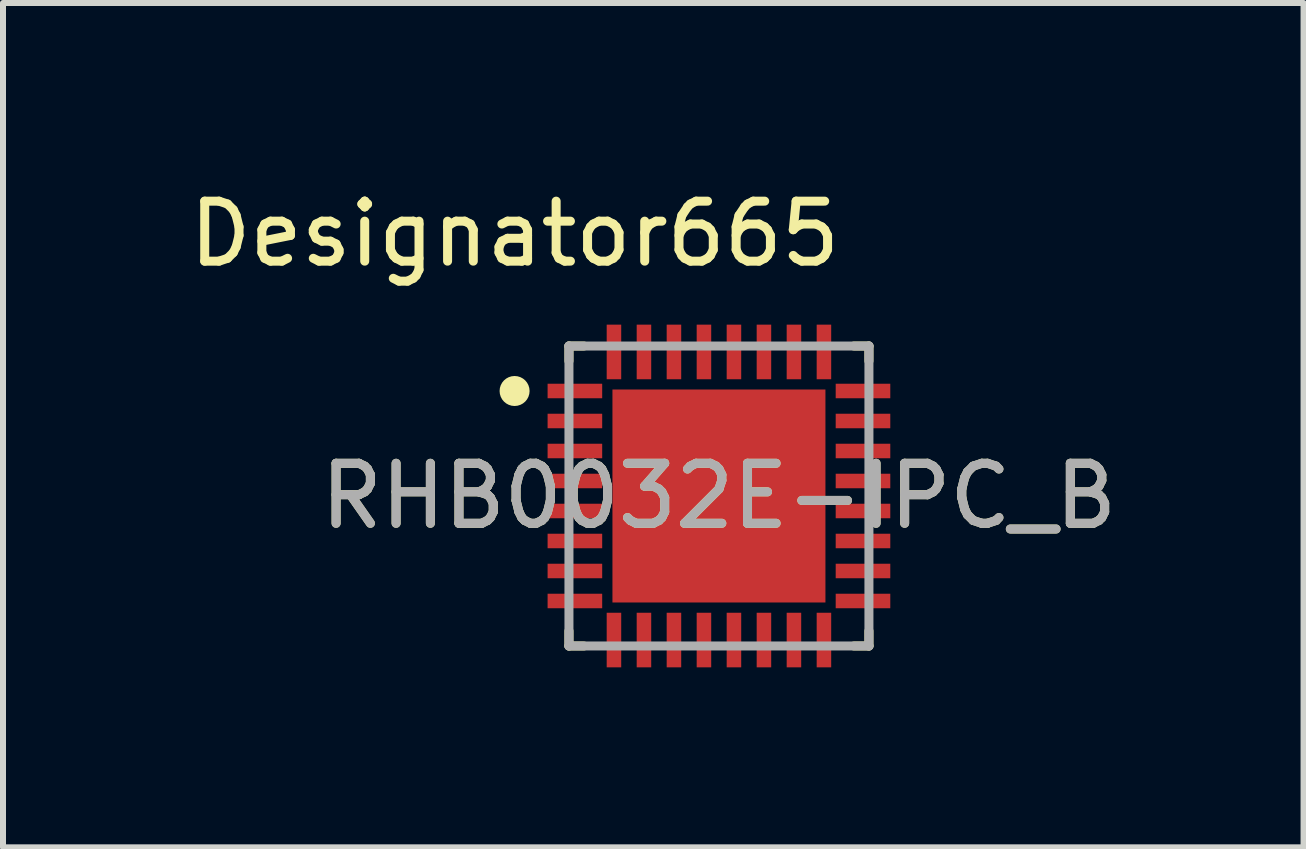
<source format=kicad_pcb>
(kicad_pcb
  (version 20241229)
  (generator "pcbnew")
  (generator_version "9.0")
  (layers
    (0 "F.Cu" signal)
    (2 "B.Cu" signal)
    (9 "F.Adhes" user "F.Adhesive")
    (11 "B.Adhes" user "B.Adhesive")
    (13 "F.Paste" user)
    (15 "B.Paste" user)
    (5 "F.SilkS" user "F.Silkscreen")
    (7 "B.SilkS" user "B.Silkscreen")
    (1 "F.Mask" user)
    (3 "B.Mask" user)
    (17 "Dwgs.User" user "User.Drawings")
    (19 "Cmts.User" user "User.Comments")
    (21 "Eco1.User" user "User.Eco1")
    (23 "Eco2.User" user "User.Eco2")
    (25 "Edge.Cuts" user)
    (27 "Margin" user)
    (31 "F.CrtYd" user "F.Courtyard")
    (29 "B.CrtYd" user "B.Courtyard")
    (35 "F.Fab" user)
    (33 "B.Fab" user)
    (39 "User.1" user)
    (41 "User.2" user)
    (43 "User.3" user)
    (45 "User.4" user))
  (footprint "RHB0032E-IPC_B"
    (layer "F.Cu")
    (at 8.933 5.217)
    (property "Reference" "RHB0032E-IPC_B" (at 0 0 0) (unlocked yes) (layer "F.SilkS") (effects (font (size 1 1) (thickness 0.15))))
    (attr smd)
    (fp_line (start -2.5 -2.5) (end -2.25 -2.5) (stroke (width 0.15) (type solid)) (layer "F.SilkS"))
    (fp_line (start -2.5 -2.25) (end -2.5 -2.5) (stroke (width 0.15) (type solid)) (layer "F.SilkS"))
    (fp_line (start -2.5 2.5) (end -2.5 2.25) (stroke (width 0.15) (type solid)) (layer "F.SilkS"))
    (fp_line (start -2.5 2.5) (end -2.25 2.5) (stroke (width 0.15) (type solid)) (layer "F.SilkS"))
    (fp_line (start 2.25 -2.5) (end 2.5 -2.5) (stroke (width 0.15) (type solid)) (layer "F.SilkS"))
    (fp_line (start 2.25 2.5) (end 2.5 2.5) (stroke (width 0.15) (type solid)) (layer "F.SilkS"))
    (fp_line (start 2.5 -2.25) (end 2.5 -2.5) (stroke (width 0.15) (type solid)) (layer "F.SilkS"))
    (fp_line (start 2.5 2.5) (end 2.5 2.25) (stroke (width 0.15) (type solid)) (layer "F.SilkS"))
    (fp_circle (center -3.406 -1.75) (end -3.281 -1.75) (stroke (width 0.25) (type solid)) (fill no) (layer "F.SilkS"))
    (fp_poly (pts (xy -1.123 1.123) (xy 1.123 1.123) (xy 1.123 -1.123) (xy -1.123 -1.123)) (stroke (width 0) (type solid)) (fill yes) (layer "F.Paste"))
    (fp_line (start -2.5 -2.5) (end 2.5 -2.5) (stroke (width 0.15) (type solid)) (layer "F.Fab"))
    (fp_line (start -2.5 2.5) (end -2.5 -2.5) (stroke (width 0.15) (type solid)) (layer "F.Fab"))
    (fp_line (start -2.5 2.5) (end 2.5 2.5) (stroke (width 0.15) (type solid)) (layer "F.Fab"))
    (fp_line (start 2.5 2.5) (end 2.5 -2.5) (stroke (width 0.15) (type solid)) (layer "F.Fab"))
    (fp_text user "Designator665" (at -3.404 -4.369 0) (unlocked yes) (layer "F.SilkS") (effects (font (size 1 1) (thickness 0.15))))
    (fp_text user "${REFERENCE}" (at 0 0 0) (unlocked yes) (layer "F.Fab") (effects (font (size 1 1) (thickness 0.15))))
    (pad "1" smd rect (at -2.401 -1.75 90) (size 0.242 0.91) (layers "F.Cu" "F.Mask" "F.Paste"))
    (pad "2" smd rect (at -2.401 -1.25 90) (size 0.242 0.91) (layers "F.Cu" "F.Mask" "F.Paste"))
    (pad "3" smd rect (at -2.401 -0.75 90) (size 0.242 0.91) (layers "F.Cu" "F.Mask" "F.Paste"))
    (pad "4" smd rect (at -2.401 -0.25 90) (size 0.242 0.91) (layers "F.Cu" "F.Mask" "F.Paste"))
    (pad "5" smd rect (at -2.401 0.25 90) (size 0.242 0.91) (layers "F.Cu" "F.Mask" "F.Paste"))
    (pad "6" smd rect (at -2.401 0.75 90) (size 0.242 0.91) (layers "F.Cu" "F.Mask" "F.Paste"))
    (pad "7" smd rect (at -2.401 1.25 90) (size 0.242 0.91) (layers "F.Cu" "F.Mask" "F.Paste"))
    (pad "8" smd rect (at -2.401 1.75 90) (size 0.242 0.91) (layers "F.Cu" "F.Mask" "F.Paste"))
    (pad "9" smd rect (at -1.75 2.401) (size 0.242 0.91) (layers "F.Cu" "F.Mask" "F.Paste"))
    (pad "10" smd rect (at -1.25 2.401) (size 0.242 0.91) (layers "F.Cu" "F.Mask" "F.Paste"))
    (pad "11" smd rect (at -0.75 2.401) (size 0.242 0.91) (layers "F.Cu" "F.Mask" "F.Paste"))
    (pad "12" smd rect (at -0.25 2.401) (size 0.242 0.91) (layers "F.Cu" "F.Mask" "F.Paste"))
    (pad "13" smd rect (at 0.25 2.401) (size 0.242 0.91) (layers "F.Cu" "F.Mask" "F.Paste"))
    (pad "14" smd rect (at 0.75 2.401) (size 0.242 0.91) (layers "F.Cu" "F.Mask" "F.Paste"))
    (pad "15" smd rect (at 1.25 2.401) (size 0.242 0.91) (layers "F.Cu" "F.Mask" "F.Paste"))
    (pad "16" smd rect (at 1.75 2.401) (size 0.242 0.91) (layers "F.Cu" "F.Mask" "F.Paste"))
    (pad "17" smd rect (at 2.401 1.75 90) (size 0.242 0.91) (layers "F.Cu" "F.Mask" "F.Paste"))
    (pad "18" smd rect (at 2.401 1.25 90) (size 0.242 0.91) (layers "F.Cu" "F.Mask" "F.Paste"))
    (pad "19" smd rect (at 2.401 0.75 90) (size 0.242 0.91) (layers "F.Cu" "F.Mask" "F.Paste"))
    (pad "20" smd rect (at 2.401 0.25 90) (size 0.242 0.91) (layers "F.Cu" "F.Mask" "F.Paste"))
    (pad "21" smd rect (at 2.401 -0.25 90) (size 0.242 0.91) (layers "F.Cu" "F.Mask" "F.Paste"))
    (pad "22" smd rect (at 2.401 -0.75 90) (size 0.242 0.91) (layers "F.Cu" "F.Mask" "F.Paste"))
    (pad "23" smd rect (at 2.401 -1.25 90) (size 0.242 0.91) (layers "F.Cu" "F.Mask" "F.Paste"))
    (pad "24" smd rect (at 2.401 -1.75 90) (size 0.242 0.91) (layers "F.Cu" "F.Mask" "F.Paste"))
    (pad "25" smd rect (at 1.75 -2.401) (size 0.242 0.91) (layers "F.Cu" "F.Mask" "F.Paste"))
    (pad "26" smd rect (at 1.25 -2.401) (size 0.242 0.91) (layers "F.Cu" "F.Mask" "F.Paste"))
    (pad "27" smd rect (at 0.75 -2.401) (size 0.242 0.91) (layers "F.Cu" "F.Mask" "F.Paste"))
    (pad "28" smd rect (at 0.25 -2.401) (size 0.242 0.91) (layers "F.Cu" "F.Mask" "F.Paste"))
    (pad "29" smd rect (at -0.25 -2.401) (size 0.242 0.91) (layers "F.Cu" "F.Mask" "F.Paste"))
    (pad "30" smd rect (at -0.75 -2.401) (size 0.242 0.91) (layers "F.Cu" "F.Mask" "F.Paste"))
    (pad "31" smd rect (at -1.25 -2.401) (size 0.242 0.91) (layers "F.Cu" "F.Mask" "F.Paste"))
    (pad "32" smd rect (at -1.75 -2.401) (size 0.242 0.91) (layers "F.Cu" "F.Mask" "F.Paste"))
    (pad "33" smd rect (at 0 0) (size 3.55 3.55) (layers "F.Cu" "F.Mask")))
  (gr_rect
    (start -3 -3)
    (end 18.677 11.073)
    (stroke (width 0.1) (type default))
    (fill no)
    (layer "Edge.Cuts")))
</source>
